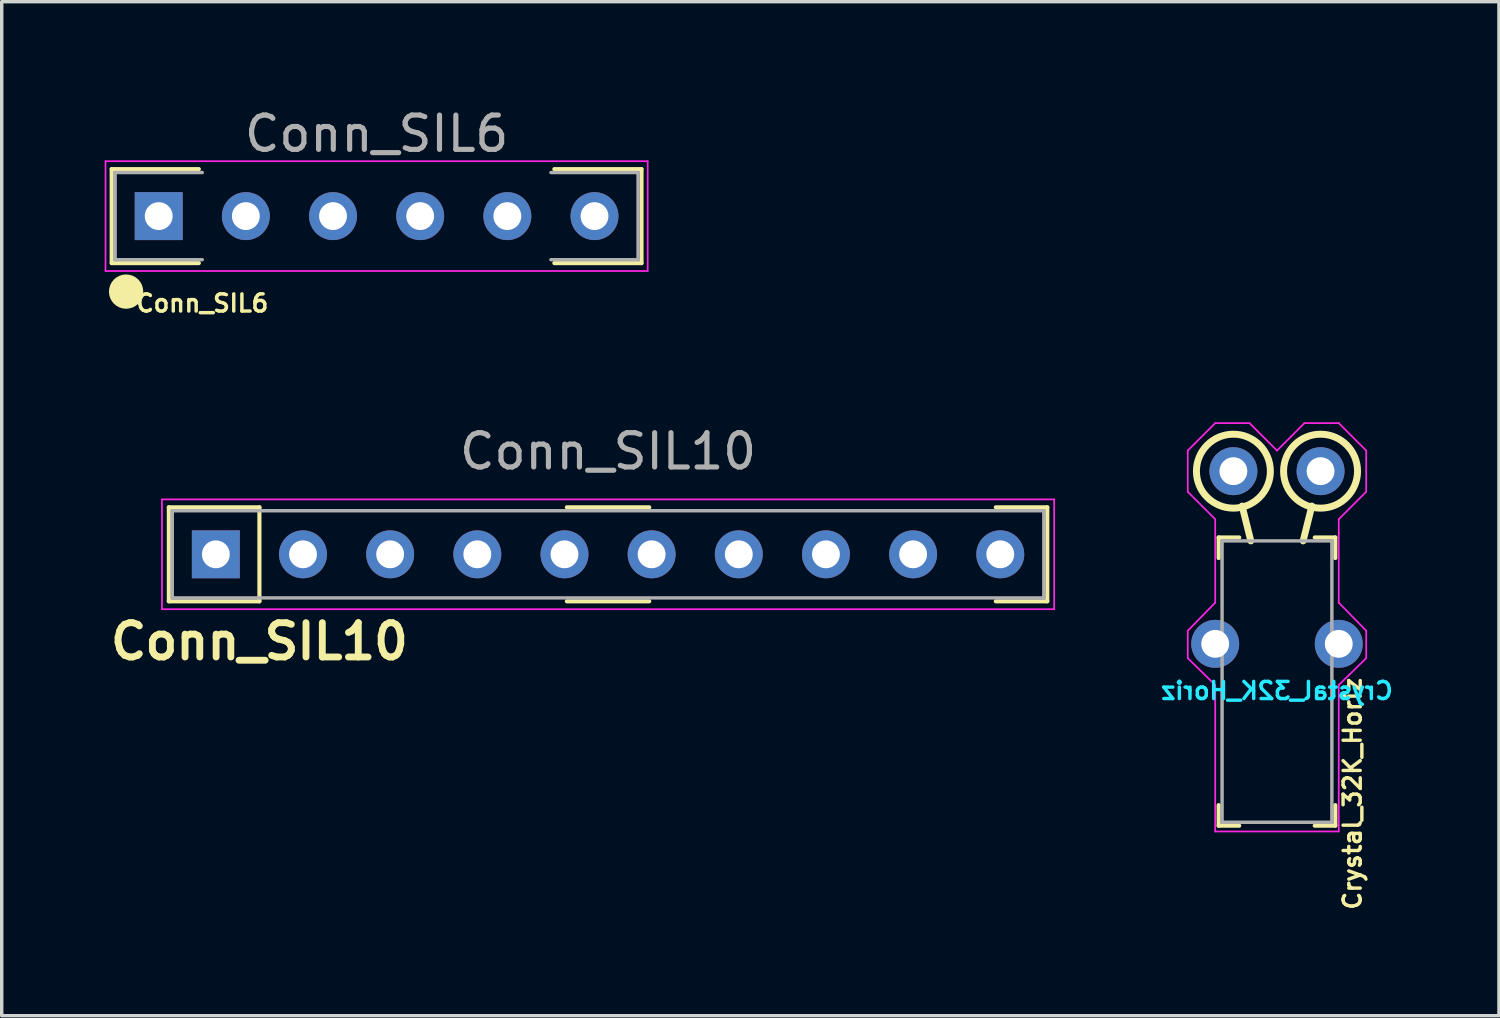
<source format=kicad_pcb>
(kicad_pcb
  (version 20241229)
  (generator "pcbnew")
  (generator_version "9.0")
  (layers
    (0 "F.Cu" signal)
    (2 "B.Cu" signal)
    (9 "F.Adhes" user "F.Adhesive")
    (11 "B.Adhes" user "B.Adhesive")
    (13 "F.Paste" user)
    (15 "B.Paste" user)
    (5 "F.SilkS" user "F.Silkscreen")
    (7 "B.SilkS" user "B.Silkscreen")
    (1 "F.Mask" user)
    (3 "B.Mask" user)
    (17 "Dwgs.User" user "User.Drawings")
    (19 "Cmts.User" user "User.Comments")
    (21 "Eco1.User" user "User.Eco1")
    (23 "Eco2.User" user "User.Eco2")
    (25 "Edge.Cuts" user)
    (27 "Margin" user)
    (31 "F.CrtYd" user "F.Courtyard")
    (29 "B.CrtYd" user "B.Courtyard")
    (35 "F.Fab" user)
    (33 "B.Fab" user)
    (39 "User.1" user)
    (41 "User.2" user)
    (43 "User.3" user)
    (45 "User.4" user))
  (footprint "Conn_SIL6"
    (layer "F.Cu")
    (at 7.925 3.248)
    (property "Reference" "Conn_SIL6" (at -5.08 2.54 0) (layer "F.SilkS") (effects (font (size 0.5 0.5) (thickness 0.1))))
    (attr through_hole)
    (fp_line (start -7.72 -1.37) (end -5.18 -1.37) (stroke (width 0.12) (type solid)) (layer "F.SilkS"))
    (fp_line (start -7.72 1.37) (end -7.72 -1.37) (stroke (width 0.12) (type solid)) (layer "F.SilkS"))
    (fp_line (start -7.72 1.37) (end -5.18 1.37) (stroke (width 0.12) (type solid)) (layer "F.SilkS"))
    (fp_line (start 7.72 -1.37) (end 5.18 -1.37) (stroke (width 0.12) (type solid)) (layer "F.SilkS"))
    (fp_line (start 7.72 -1.37) (end 7.72 1.37) (stroke (width 0.12) (type solid)) (layer "F.SilkS"))
    (fp_line (start 7.72 1.37) (end 5.18 1.37) (stroke (width 0.12) (type solid)) (layer "F.SilkS"))
    (fp_circle (center -7.3 2.2) (end -7.05 2.2) (stroke (width 0.5) (type solid)) (fill no) (layer "F.SilkS"))
    (fp_line (start -7.9 -1.6) (end 7.9 -1.6) (stroke (width 0.05) (type solid)) (layer "F.CrtYd"))
    (fp_line (start -7.9 1.6) (end -7.9 -1.6) (stroke (width 0.05) (type solid)) (layer "F.CrtYd"))
    (fp_line (start 7.9 -1.6) (end 7.9 1.6) (stroke (width 0.05) (type solid)) (layer "F.CrtYd"))
    (fp_line (start 7.9 1.6) (end -7.9 1.6) (stroke (width 0.05) (type solid)) (layer "F.CrtYd"))
    (fp_line (start -7.62 -1.27) (end -5.08 -1.27) (stroke (width 0.1) (type solid)) (layer "F.Fab"))
    (fp_line (start -7.62 1.27) (end -7.62 -1.27) (stroke (width 0.1) (type solid)) (layer "F.Fab"))
    (fp_line (start -7.62 1.27) (end -5.08 1.27) (stroke (width 0.1) (type solid)) (layer "F.Fab"))
    (fp_line (start 7.62 -1.27) (end 5.08 -1.27) (stroke (width 0.1) (type solid)) (layer "F.Fab"))
    (fp_line (start 7.62 -1.27) (end 7.62 1.27) (stroke (width 0.1) (type solid)) (layer "F.Fab"))
    (fp_line (start 7.62 1.27) (end 5.08 1.27) (stroke (width 0.1) (type solid)) (layer "F.Fab"))
    (fp_text user "${REFERENCE}" (at 0 -2.4 0) (layer "F.Fab") (effects (font (size 1 1) (thickness 0.15))))
    (pad "1" thru_hole rect (at -6.35 0) (size 1.397 1.397) (drill 0.813) (layers "*.Cu" "*.Mask"))
    (pad "2" thru_hole circle (at -3.81 0) (size 1.397 1.397) (drill 0.813) (layers "*.Cu" "*.Mask"))
    (pad "3" thru_hole circle (at -1.27 0) (size 1.397 1.397) (drill 0.813) (layers "*.Cu" "*.Mask"))
    (pad "4" thru_hole circle (at 1.27 0) (size 1.397 1.397) (drill 0.813) (layers "*.Cu" "*.Mask"))
    (pad "5" thru_hole circle (at 3.81 0) (size 1.397 1.397) (drill 0.813) (layers "*.Cu" "*.Mask"))
    (pad "6" thru_hole circle (at 6.35 0) (size 1.397 1.397) (drill 0.813) (layers "*.Cu" "*.Mask")))
  (footprint "Crystal_32K_Horiz"
    (layer "F.Cu")
    (at 34.164 15.231)
    (property "Reference" "Crystal_32K_Horiz" (at 2.2 4.85 270) (layer "F.SilkS") (effects (font (size 0.5 0.5) (thickness 0.1))))
    (attr through_hole)
    (fp_line (start -1.7 -2.618) (end -1.7 -2.018) (stroke (width 0.12) (type solid)) (layer "F.SilkS"))
    (fp_line (start -1.7 -2.618) (end -1.1 -2.618) (stroke (width 0.12) (type solid)) (layer "F.SilkS"))
    (fp_line (start -1.7 5.782) (end -1.7 5.182) (stroke (width 0.12) (type solid)) (layer "F.SilkS"))
    (fp_line (start -1.7 5.782) (end -1.1 5.782) (stroke (width 0.12) (type solid)) (layer "F.SilkS"))
    (fp_line (start -0.762 -2.518) (end -1.016 -3.534) (stroke (width 0.2) (type solid)) (layer "F.SilkS"))
    (fp_line (start 0.762 -2.518) (end 1.016 -3.534) (stroke (width 0.2) (type solid)) (layer "F.SilkS"))
    (fp_line (start 1.7 -2.618) (end 1.1 -2.618) (stroke (width 0.12) (type solid)) (layer "F.SilkS"))
    (fp_line (start 1.7 -2.618) (end 1.7 -2.018) (stroke (width 0.12) (type solid)) (layer "F.SilkS"))
    (fp_line (start 1.7 5.782) (end 1.1 5.782) (stroke (width 0.12) (type solid)) (layer "F.SilkS"))
    (fp_line (start 1.7 5.782) (end 1.7 5.182) (stroke (width 0.12) (type solid)) (layer "F.SilkS"))
    (fp_circle (center -1.27 -4.55) (end -2.032 -5.312) (stroke (width 0.203) (type solid)) (fill no) (layer "F.SilkS"))
    (fp_circle (center 1.27 -4.55) (end 0.508 -5.312) (stroke (width 0.203) (type solid)) (fill no) (layer "F.SilkS"))
    (fp_line (start -2.6 -5.15) (end -2.6 -3.95) (stroke (width 0.05) (type solid)) (layer "F.CrtYd"))
    (fp_line (start -2.6 -3.95) (end -1.8 -3.15) (stroke (width 0.05) (type solid)) (layer "F.CrtYd"))
    (fp_line (start -2.6 0.1) (end -2.6 0.9) (stroke (width 0.05) (type solid)) (layer "F.CrtYd"))
    (fp_line (start -2.6 0.9) (end -1.8 1.682) (stroke (width 0.05) (type solid)) (layer "F.CrtYd"))
    (fp_line (start -2.4 -5.35) (end -2.6 -5.15) (stroke (width 0.05) (type solid)) (layer "F.CrtYd"))
    (fp_line (start -1.8 -5.95) (end -2.4 -5.35) (stroke (width 0.05) (type solid)) (layer "F.CrtYd"))
    (fp_line (start -1.8 -3.15) (end -1.8 -0.718) (stroke (width 0.05) (type solid)) (layer "F.CrtYd"))
    (fp_line (start -1.8 -0.718) (end -2.6 0.1) (stroke (width 0.05) (type solid)) (layer "F.CrtYd"))
    (fp_line (start -1.8 1.682) (end -1.8 5.95) (stroke (width 0.05) (type solid)) (layer "F.CrtYd"))
    (fp_line (start -1.8 5.95) (end 1.8 5.95) (stroke (width 0.05) (type solid)) (layer "F.CrtYd"))
    (fp_line (start -0.8 -5.95) (end -1.8 -5.95) (stroke (width 0.05) (type solid)) (layer "F.CrtYd"))
    (fp_line (start 0 -5.15) (end -0.8 -5.95) (stroke (width 0.05) (type solid)) (layer "F.CrtYd"))
    (fp_line (start 0.8 -5.95) (end 0 -5.15) (stroke (width 0.05) (type solid)) (layer "F.CrtYd"))
    (fp_line (start 1.8 -5.95) (end 0.8 -5.95) (stroke (width 0.05) (type solid)) (layer "F.CrtYd"))
    (fp_line (start 1.8 -3.15) (end 2.6 -3.95) (stroke (width 0.05) (type solid)) (layer "F.CrtYd"))
    (fp_line (start 1.8 -2.75) (end 1.8 -3.15) (stroke (width 0.05) (type solid)) (layer "F.CrtYd"))
    (fp_line (start 1.8 -0.718) (end 1.8 -2.75) (stroke (width 0.05) (type solid)) (layer "F.CrtYd"))
    (fp_line (start 1.8 -0.718) (end 2.6 0.1) (stroke (width 0.05) (type solid)) (layer "F.CrtYd"))
    (fp_line (start 1.8 5.95) (end 1.8 1.682) (stroke (width 0.05) (type solid)) (layer "F.CrtYd"))
    (fp_line (start 2.6 -5.15) (end 1.8 -5.95) (stroke (width 0.05) (type solid)) (layer "F.CrtYd"))
    (fp_line (start 2.6 -3.95) (end 2.6 -5.15) (stroke (width 0.05) (type solid)) (layer "F.CrtYd"))
    (fp_line (start 2.6 0.1) (end 2.6 0.9) (stroke (width 0.05) (type solid)) (layer "F.CrtYd"))
    (fp_line (start 2.6 0.9) (end 1.8 1.682) (stroke (width 0.05) (type solid)) (layer "F.CrtYd"))
    (fp_line (start -1.6 -2.518) (end -1.6 5.682) (stroke (width 0.1) (type solid)) (layer "F.Fab"))
    (fp_line (start -1.6 5.682) (end 1.6 5.682) (stroke (width 0.1) (type solid)) (layer "F.Fab"))
    (fp_line (start 1.6 -2.518) (end -1.6 -2.518) (stroke (width 0.1) (type solid)) (layer "F.Fab"))
    (fp_line (start 1.6 5.682) (end 1.6 -2.518) (stroke (width 0.1) (type solid)) (layer "F.Fab"))
    (fp_text user "${REFERENCE}" (at 0 1.85 0) (layer "B.CrtYd") (effects (font (size 0.5 0.5) (thickness 0.1)) (justify mirror)))
    (pad "1" thru_hole circle (at -1.27 -4.55) (size 1.397 1.397) (drill 0.813) (layers "*.Cu" "*.Mask"))
    (pad "2" thru_hole circle (at 1.27 -4.55) (size 1.397 1.397) (drill 0.813) (layers "*.Cu" "*.Mask"))
    (pad "3" thru_hole circle (at 1.8 0.482) (size 1.397 1.397) (drill 0.813) (layers "*.Cu" "*.Mask"))
    (pad "4" thru_hole circle (at -1.8 0.482) (size 1.397 1.397) (drill 0.813) (layers "*.Cu" "*.Mask")))
  (footprint "Conn_SIL10"
    (layer "F.Cu")
    (at 14.67 13.104)
    (property "Reference" "Conn_SIL10" (at -10.16 2.54 0) (layer "F.SilkS") (effects (font (size 1 1) (thickness 0.2))))
    (attr through_hole)
    (fp_line (start -12.8 -1.37) (end -10.16 -1.37) (stroke (width 0.12) (type solid)) (layer "F.SilkS"))
    (fp_line (start -12.8 1.37) (end -12.8 -1.37) (stroke (width 0.12) (type solid)) (layer "F.SilkS"))
    (fp_line (start -10.16 1.37) (end -12.8 1.37) (stroke (width 0.12) (type solid)) (layer "F.SilkS"))
    (fp_line (start -10.16 1.37) (end -10.16 -1.37) (stroke (width 0.12) (type solid)) (layer "F.SilkS"))
    (fp_line (start -1.2 -1.37) (end 1.2 -1.37) (stroke (width 0.12) (type solid)) (layer "F.SilkS"))
    (fp_line (start -1.2 1.37) (end 1.2 1.37) (stroke (width 0.12) (type solid)) (layer "F.SilkS"))
    (fp_line (start 11.3 -1.37) (end 12.8 -1.37) (stroke (width 0.12) (type solid)) (layer "F.SilkS"))
    (fp_line (start 11.3 1.37) (end 12.8 1.37) (stroke (width 0.12) (type solid)) (layer "F.SilkS"))
    (fp_line (start 12.8 -1.37) (end 12.8 1.37) (stroke (width 0.12) (type solid)) (layer "F.SilkS"))
    (fp_line (start -13 -1.6) (end 13 -1.6) (stroke (width 0.05) (type solid)) (layer "F.CrtYd"))
    (fp_line (start -13 1.6) (end -13 -1.6) (stroke (width 0.05) (type solid)) (layer "F.CrtYd"))
    (fp_line (start 13 -1.6) (end 13 1.6) (stroke (width 0.05) (type solid)) (layer "F.CrtYd"))
    (fp_line (start 13 1.6) (end -13 1.6) (stroke (width 0.05) (type solid)) (layer "F.CrtYd"))
    (fp_line (start -12.7 -1.27) (end 12.7 -1.27) (stroke (width 0.1) (type solid)) (layer "F.Fab"))
    (fp_line (start -12.7 1.27) (end -12.7 -1.27) (stroke (width 0.1) (type solid)) (layer "F.Fab"))
    (fp_line (start 12.7 -1.27) (end 12.7 1.27) (stroke (width 0.1) (type solid)) (layer "F.Fab"))
    (fp_line (start 12.7 1.27) (end -12.7 1.27) (stroke (width 0.1) (type solid)) (layer "F.Fab"))
    (fp_text user "${REFERENCE}" (at 0 -3 0) (layer "F.Fab") (effects (font (size 1 1) (thickness 0.15))))
    (pad "1" thru_hole rect (at -11.43 0) (size 1.397 1.397) (drill 0.813) (layers "*.Cu" "*.Mask"))
    (pad "2" thru_hole circle (at -8.89 0) (size 1.397 1.397) (drill 0.813) (layers "*.Cu" "*.Mask"))
    (pad "3" thru_hole circle (at -6.35 0) (size 1.397 1.397) (drill 0.813) (layers "*.Cu" "*.Mask"))
    (pad "4" thru_hole circle (at -3.81 0) (size 1.397 1.397) (drill 0.813) (layers "*.Cu" "*.Mask"))
    (pad "5" thru_hole circle (at -1.27 0) (size 1.397 1.397) (drill 0.813) (layers "*.Cu" "*.Mask"))
    (pad "6" thru_hole circle (at 1.27 0) (size 1.397 1.397) (drill 0.813) (layers "*.Cu" "*.Mask"))
    (pad "7" thru_hole circle (at 3.81 0) (size 1.397 1.397) (drill 0.813) (layers "*.Cu" "*.Mask"))
    (pad "8" thru_hole circle (at 6.35 0) (size 1.397 1.397) (drill 0.813) (layers "*.Cu" "*.Mask"))
    (pad "9" thru_hole circle (at 8.89 0) (size 1.397 1.397) (drill 0.813) (layers "*.Cu" "*.Mask"))
    (pad "10" thru_hole circle (at 11.43 0) (size 1.397 1.397) (drill 0.813) (layers "*.Cu" "*.Mask")))
  (gr_rect
    (start -3 -3)
    (end 40.633 26.55)
    (stroke (width 0.1) (type default))
    (fill no)
    (layer "Edge.Cuts")))
</source>
